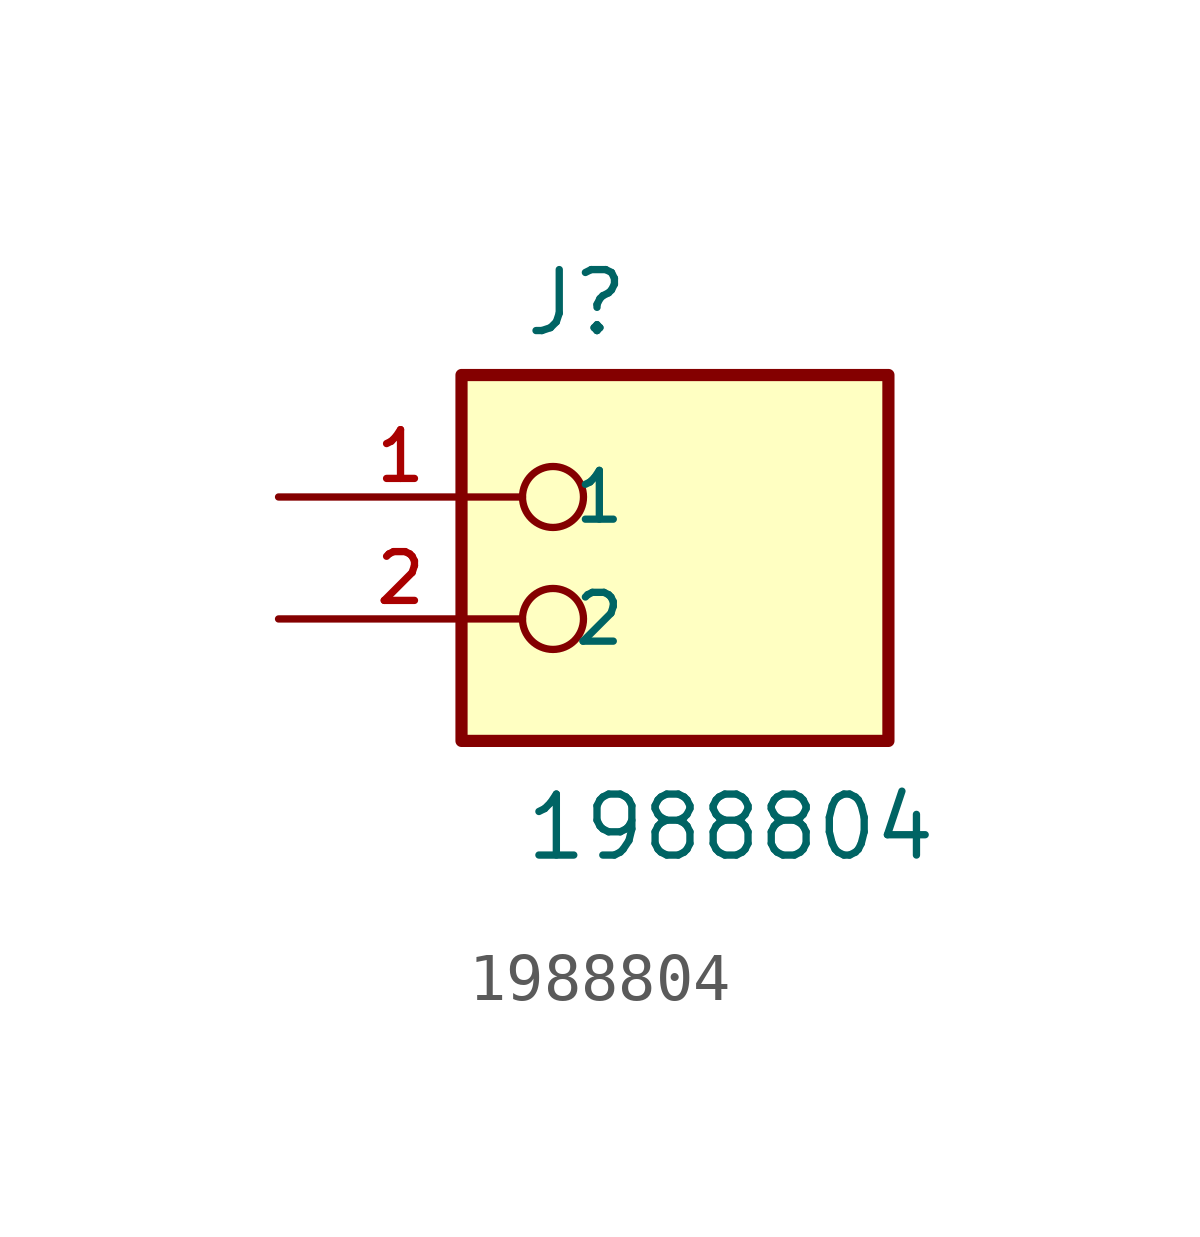
<source format=kicad_sym>
(kicad_symbol_lib
  (version 20211014)
  (generator kicad_symbol_editor)
  (symbol "1988804"
    (pin_names
      (offset 1.016))
    (property "Reference" "J"
      (at -2.54 3.302 0)
      (effects (font (size 1.27 1.27)) (justify bottom left)))
    (property "Value" "1988804"
      (at -2.54 -7.62 0)
      (effects (font (size 1.27 1.27)) (justify bottom left)))
    (symbol "1988804_0_0"
      (circle (center -1.905 0.0) (radius 0.635) (stroke (width 0.152)) (fill (type none)))
      (circle (center -1.905 -2.54) (radius 0.635) (stroke (width 0.152)) (fill (type none)))
      (rectangle (start -3.81 -5.08) (end 5.08 2.54) (stroke (width 0.254)) (fill (type background)))
      (pin passive line (at -7.62 0.0 0) (length 5.08) (name "1" (effects (font (size 1.016 1.016)))) (number "1" (effects (font (size 1.016 1.016)))))
      (pin passive line (at -7.62 -2.54 0) (length 5.08) (name "2" (effects (font (size 1.016 1.016)))) (number "2" (effects (font (size 1.016 1.016))))))))
</source>
